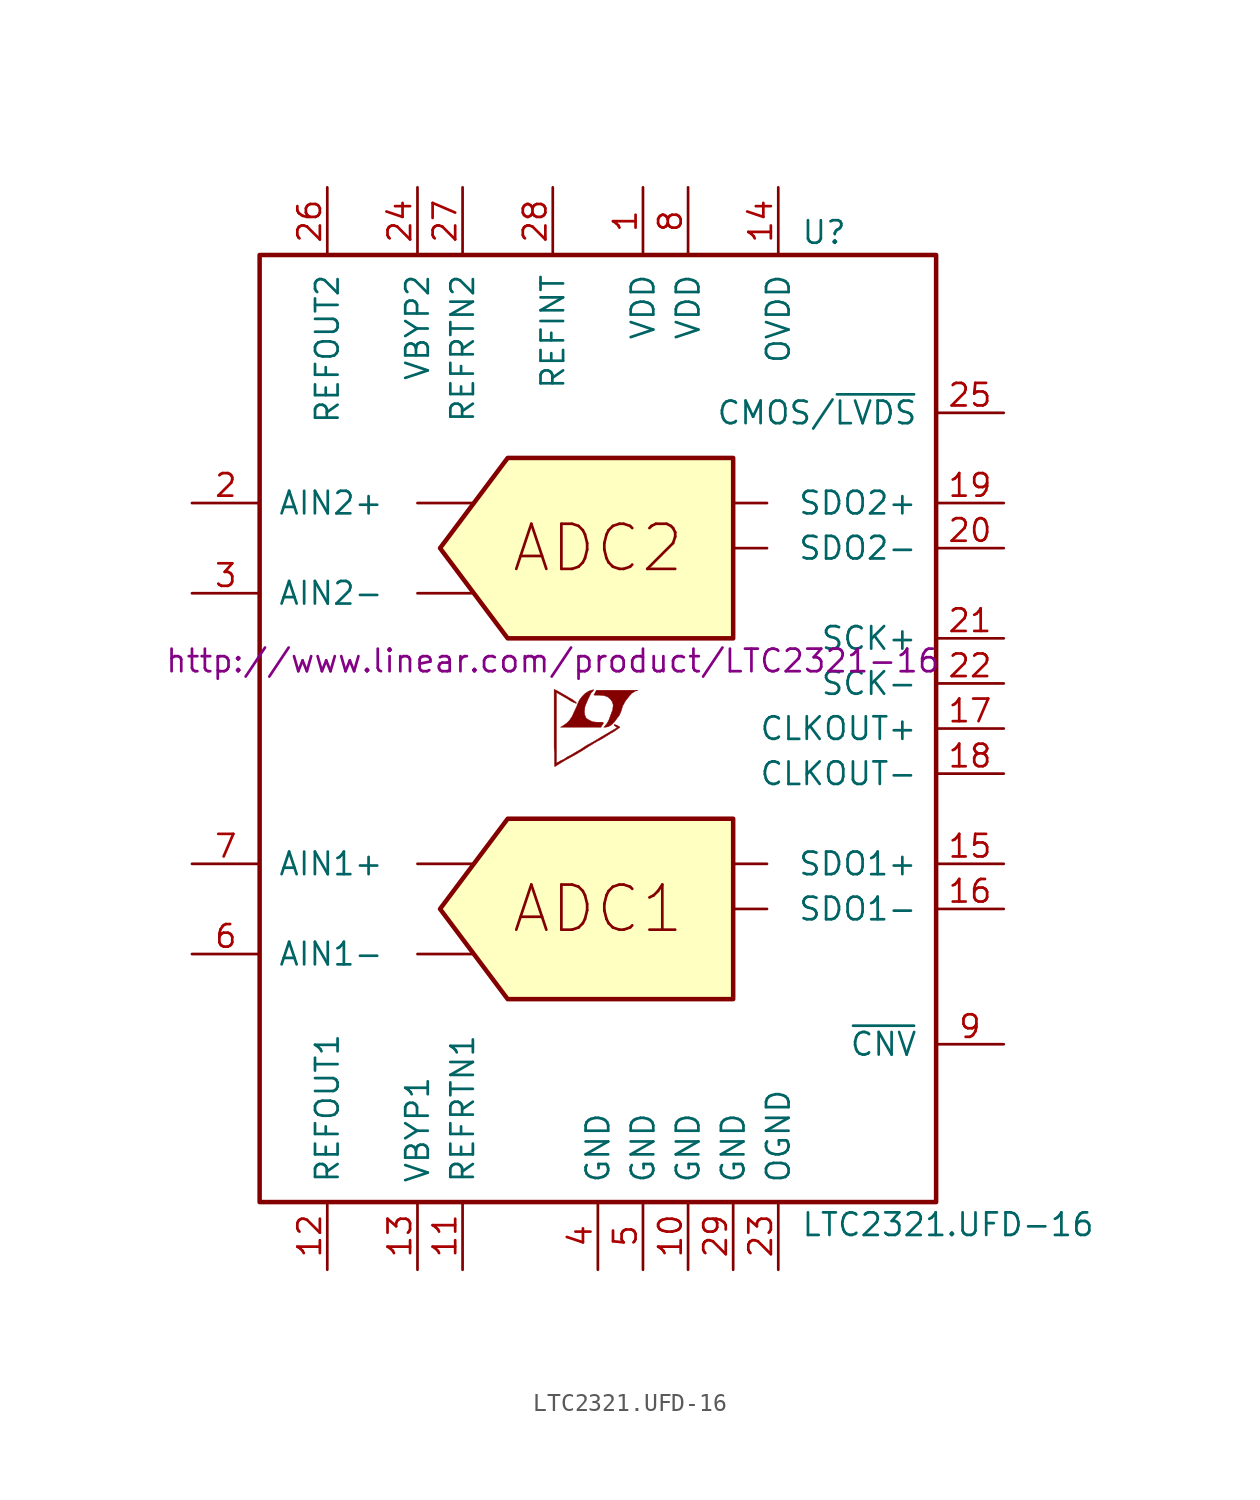
<source format=kicad_sym>
(kicad_symbol_lib
  (version 20201005)
  (generator kicad_symbol_editor)
  (symbol "LTC2321.UFD-16"
    (pin_names
      (offset 1.016))
    (property "Reference" "U"
      (at 11.43 27.94 0)
      (effects (font (size 1.27 1.27)) (justify left)))
    (property "Value" "LTC2321.UFD-16"
      (at 11.43 -27.94 0)
      (effects (font (size 1.27 1.27)) (justify left)))
    (property "Datasheet" "http://www.linear.com/product/LTC2321-16"
      (at -2.54 3.81 0)
      (effects (font (size 1.27 1.27))))
    (symbol "LTC2321.UFD-16_0_0"
      (text "ADC1" (at 0 -10.16 0) (effects (font (size 2.54 2.54))))
      (text "ADC2" (at 0 10.16 0) (effects (font (size 2.54 2.54))))
      (polyline (pts (xy -10.16 7.62) (xy -6.985 7.62)) (stroke (width 0)) (fill (type none)))
      (polyline (pts (xy -6.985 12.7) (xy -10.16 12.7)) (stroke (width 0)) (fill (type none)))
      (polyline (pts (xy 7.62 5.08) (xy 7.62 15.24) (xy -5.08 15.24) (xy -8.89 10.16) (xy -5.08 5.08) (xy 7.62 5.08)) (stroke (width 0.254)) (fill (type background)))
      (polyline (pts (xy 0.584 0.102) (xy 0.762 0.203) (xy 0.914 0.356) (xy 1.219 0.762) (xy 1.321 1.016) (xy 1.397 1.27) (xy 1.549 1.549) (xy 1.727 1.778) (xy 1.905 1.981) (xy 2.108 2.108) (xy 2.261 2.159) (xy -0.076 2.159) (xy -0.152 2.032) (xy -0.152 2.007) (xy -0.203 1.93) (xy -0.229 1.905) (xy -0.178 1.88) (xy 0.102 1.88) (xy 0.356 1.854) (xy 0.559 1.778) (xy 0.711 1.651) (xy 0.813 1.499) (xy 0.864 1.321) (xy 0.838 1.092) (xy 0.838 1.067) (xy 0.61 0.457) (xy 0.508 0.279) (xy 0.406 0.152) (xy 0.33 0.076) (xy 0.432 0.076) (xy 0.584 0.102)) (stroke (width 0.025)) (fill (type outline)))
      (polyline (pts (xy 0.229 0.178) (xy 0.254 0.203) (xy 0.305 0.279) (xy 0.305 0.33) (xy 0.254 0.356) (xy -0.051 0.356) (xy -0.305 0.381) (xy -0.508 0.483) (xy -0.66 0.584) (xy -0.737 0.762) (xy -0.762 0.94) (xy -0.737 1.168) (xy -0.737 1.194) (xy -0.686 1.346) (xy -0.533 1.702) (xy -0.381 2.007) (xy -0.305 2.083) (xy -0.229 2.184) (xy -0.356 2.159) (xy -0.508 2.108) (xy -0.711 1.981) (xy -0.889 1.803) (xy -1.041 1.6) (xy -1.168 1.321) (xy -1.168 1.295) (xy -1.321 0.965) (xy -1.448 0.686) (xy -1.6 0.457) (xy -1.753 0.305) (xy -1.93 0.178) (xy -2.108 0.076) (xy 0.178 0.076) (xy 0.229 0.178)) (stroke (width 0.025)) (fill (type outline)))
      (polyline (pts (xy -2.362 -2.108) (xy -2.286 -2.057) (xy -2.159 -1.981) (xy -2.083 -1.93) (xy -1.829 -1.778) (xy -1.27 -1.473) (xy -0.762 -1.168) (xy -0.533 -1.016) (xy -0.356 -0.914) (xy -0.203 -0.813) (xy -0.102 -0.762) (xy -0.025 -0.711) (xy 0.127 -0.635) (xy 0.305 -0.533) (xy 0.711 -0.279) (xy 0.889 -0.178) (xy 1.041 -0.076) (xy 1.143 0) (xy 1.219 0.051) (xy 1.245 0.076) (xy 1.092 0.178) (xy 0.94 0.229) (xy 0.914 0.203) (xy 0.914 0.178) (xy 0.991 0.127) (xy 1.092 0.051) (xy 0.178 -0.483) (xy -0.025 -0.61) (xy -0.33 -0.787) (xy -0.66 -0.965) (xy -0.965 -1.168) (xy -1.27 -1.346) (xy -1.524 -1.499) (xy -1.727 -1.6) (xy -1.905 -1.727) (xy -2.083 -1.803) (xy -2.21 -1.88) (xy -2.311 -1.93) (xy -2.337 -1.956) (xy -2.337 2.032) (xy -1.803 1.727) (xy -1.676 1.651) (xy -1.524 1.549) (xy -1.372 1.473) (xy -1.295 1.448) (xy -1.245 1.422) (xy -1.219 1.422) (xy -1.219 1.473) (xy -1.295 1.524) (xy -1.422 1.626) (xy -1.6 1.727) (xy -1.727 1.803) (xy -2.083 2.007) (xy -2.21 2.083) (xy -2.464 2.21) (xy -2.464 -1.067) (xy -2.438 -1.372) (xy -2.438 -2.134) (xy -2.413 -2.134) (xy -2.362 -2.108)) (stroke (width 0.025)) (fill (type outline))))
    (symbol "LTC2321.UFD-16_0_1"
      (rectangle (start -19.05 -26.67) (end 19.05 26.67) (stroke (width 0.254)) (fill (type none)))
      (polyline (pts (xy -6.985 -12.7) (xy -10.16 -12.7)) (stroke (width 0)) (fill (type none)))
      (polyline (pts (xy -6.985 -7.62) (xy -10.16 -7.62)) (stroke (width 0)) (fill (type none)))
      (polyline (pts (xy 7.62 -10.16) (xy 9.525 -10.16)) (stroke (width 0)) (fill (type none)))
      (polyline (pts (xy 7.62 10.16) (xy 9.525 10.16)) (stroke (width 0)) (fill (type none)))
      (polyline (pts (xy 9.525 -7.62) (xy 7.62 -7.62)) (stroke (width 0)) (fill (type none)))
      (polyline (pts (xy 9.525 12.7) (xy 7.62 12.7)) (stroke (width 0)) (fill (type none)))
      (polyline (pts (xy 7.62 -5.08) (xy -5.08 -5.08) (xy -8.89 -10.16) (xy -5.08 -15.24) (xy 7.62 -15.24) (xy 7.62 -5.08)) (stroke (width 0.254)) (fill (type background))))
    (symbol "LTC2321.UFD-16_1_1"
      (pin power_in line (at 2.54 30.48 270) (length 3.81) (name "VDD" (effects (font (size 1.27 1.27)))) (number "1" (effects (font (size 1.27 1.27)))))
      (pin power_in line (at 5.08 -30.48 90) (length 3.81) (name "GND" (effects (font (size 1.27 1.27)))) (number "10" (effects (font (size 1.27 1.27)))))
      (pin passive line (at -7.62 -30.48 90) (length 3.81) (name "REFRTN1" (effects (font (size 1.27 1.27)))) (number "11" (effects (font (size 1.27 1.27)))))
      (pin passive line (at -15.24 -30.48 90) (length 3.81) (name "REFOUT1" (effects (font (size 1.27 1.27)))) (number "12" (effects (font (size 1.27 1.27)))))
      (pin passive line (at -10.16 -30.48 90) (length 3.81) (name "VBYP1" (effects (font (size 1.27 1.27)))) (number "13" (effects (font (size 1.27 1.27)))))
      (pin power_in line (at 10.16 30.48 270) (length 3.81) (name "OVDD" (effects (font (size 1.27 1.27)))) (number "14" (effects (font (size 1.27 1.27)))))
      (pin output line (at 22.86 -7.62 180) (length 3.81) (name "SDO1+" (effects (font (size 1.27 1.27)))) (number "15" (effects (font (size 1.27 1.27)))))
      (pin output line (at 22.86 -10.16 180) (length 3.81) (name "SDO1-" (effects (font (size 1.27 1.27)))) (number "16" (effects (font (size 1.27 1.27)))))
      (pin output line (at 22.86 0 180) (length 3.81) (name "CLKOUT+" (effects (font (size 1.27 1.27)))) (number "17" (effects (font (size 1.27 1.27)))))
      (pin output line (at 22.86 -2.54 180) (length 3.81) (name "CLKOUT-" (effects (font (size 1.27 1.27)))) (number "18" (effects (font (size 1.27 1.27)))))
      (pin output line (at 22.86 12.7 180) (length 3.81) (name "SDO2+" (effects (font (size 1.27 1.27)))) (number "19" (effects (font (size 1.27 1.27)))))
      (pin input line (at -22.86 12.7 0) (length 3.81) (name "AIN2+" (effects (font (size 1.27 1.27)))) (number "2" (effects (font (size 1.27 1.27)))))
      (pin output line (at 22.86 10.16 180) (length 3.81) (name "SDO2-" (effects (font (size 1.27 1.27)))) (number "20" (effects (font (size 1.27 1.27)))))
      (pin input line (at 22.86 5.08 180) (length 3.81) (name "SCK+" (effects (font (size 1.27 1.27)))) (number "21" (effects (font (size 1.27 1.27)))))
      (pin input line (at 22.86 2.54 180) (length 3.81) (name "SCK-" (effects (font (size 1.27 1.27)))) (number "22" (effects (font (size 1.27 1.27)))))
      (pin passive line (at 10.16 -30.48 90) (length 3.81) (name "OGND" (effects (font (size 1.27 1.27)))) (number "23" (effects (font (size 1.27 1.27)))))
      (pin passive line (at -10.16 30.48 270) (length 3.81) (name "VBYP2" (effects (font (size 1.27 1.27)))) (number "24" (effects (font (size 1.27 1.27)))))
      (pin input line (at 22.86 17.78 180) (length 3.81) (name "CMOS/~LVDS~" (effects (font (size 1.27 1.27)))) (number "25" (effects (font (size 1.27 1.27)))))
      (pin passive line (at -15.24 30.48 270) (length 3.81) (name "REFOUT2" (effects (font (size 1.27 1.27)))) (number "26" (effects (font (size 1.27 1.27)))))
      (pin passive line (at -7.62 30.48 270) (length 3.81) (name "REFRTN2" (effects (font (size 1.27 1.27)))) (number "27" (effects (font (size 1.27 1.27)))))
      (pin passive line (at -2.54 30.48 270) (length 3.81) (name "REFINT" (effects (font (size 1.27 1.27)))) (number "28" (effects (font (size 1.27 1.27)))))
      (pin power_in line (at 7.62 -30.48 90) (length 3.81) (name "GND" (effects (font (size 1.27 1.27)))) (number "29" (effects (font (size 1.27 1.27)))))
      (pin input line (at -22.86 7.62 0) (length 3.81) (name "AIN2-" (effects (font (size 1.27 1.27)))) (number "3" (effects (font (size 1.27 1.27)))))
      (pin power_in line (at 0 -30.48 90) (length 3.81) (name "GND" (effects (font (size 1.27 1.27)))) (number "4" (effects (font (size 1.27 1.27)))))
      (pin power_in line (at 2.54 -30.48 90) (length 3.81) (name "GND" (effects (font (size 1.27 1.27)))) (number "5" (effects (font (size 1.27 1.27)))))
      (pin input line (at -22.86 -12.7 0) (length 3.81) (name "AIN1-" (effects (font (size 1.27 1.27)))) (number "6" (effects (font (size 1.27 1.27)))))
      (pin input line (at -22.86 -7.62 0) (length 3.81) (name "AIN1+" (effects (font (size 1.27 1.27)))) (number "7" (effects (font (size 1.27 1.27)))))
      (pin power_in line (at 5.08 30.48 270) (length 3.81) (name "VDD" (effects (font (size 1.27 1.27)))) (number "8" (effects (font (size 1.27 1.27)))))
      (pin input line (at 22.86 -17.78 180) (length 3.81) (name "~CNV~" (effects (font (size 1.27 1.27)))) (number "9" (effects (font (size 1.27 1.27))))))))
</source>
